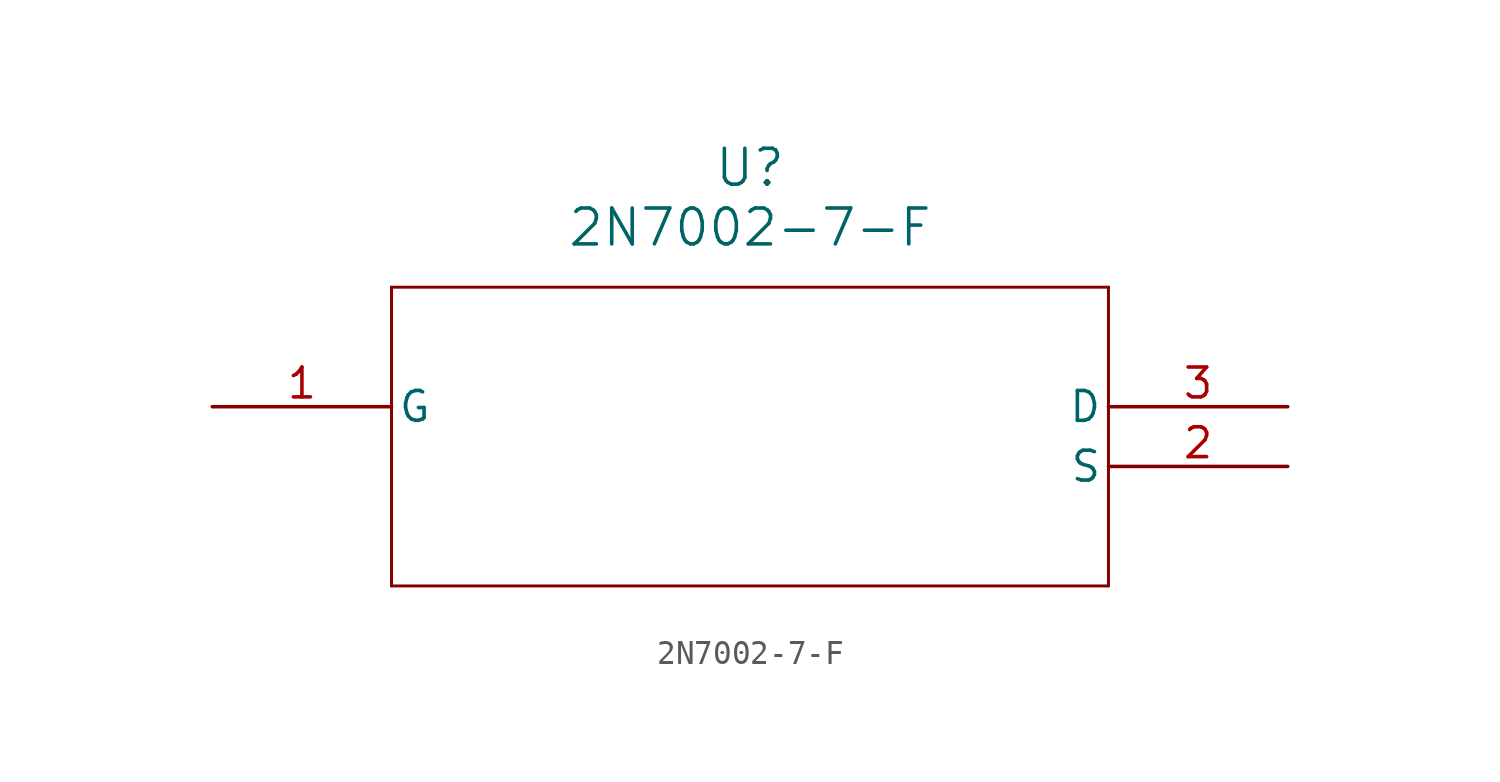
<source format=kicad_sym>
(kicad_symbol_lib
  (version 20211014)
  (generator kicad_symbol_editor)
  (symbol "2N7002-7-F"
    (pin_names
      (offset 0.254))
    (property "Reference" "U"
      (at 22.86 10.16 0)
      (effects (font (size 1.524 1.524))))
    (property "Value" "2N7002-7-F"
      (at 22.86 7.62 0)
      (effects (font (size 1.524 1.524))))
    (symbol "2N7002-7-F_0_1"
      (polyline (pts (xy 7.62 5.08) (xy 7.62 -7.62)) (stroke (width 0.127) (type default) (color 0 0 0 0)) (fill (type none)))
      (polyline (pts (xy 7.62 -7.62) (xy 38.1 -7.62)) (stroke (width 0.127) (type default) (color 0 0 0 0)) (fill (type none)))
      (polyline (pts (xy 38.1 -7.62) (xy 38.1 5.08)) (stroke (width 0.127) (type default) (color 0 0 0 0)) (fill (type none)))
      (polyline (pts (xy 38.1 5.08) (xy 7.62 5.08)) (stroke (width 0.127) (type default) (color 0 0 0 0)) (fill (type none)))
      (pin unspecified line (at 0 0 0) (length 7.62) (name "G" (effects (font (size 1.27 1.27)))) (number "1" (effects (font (size 1.27 1.27)))))
      (pin unspecified line (at 45.72 -2.54 180) (length 7.62) (name "S" (effects (font (size 1.27 1.27)))) (number "2" (effects (font (size 1.27 1.27)))))
      (pin unspecified line (at 45.72 0 180) (length 7.62) (name "D" (effects (font (size 1.27 1.27)))) (number "3" (effects (font (size 1.27 1.27))))))))
</source>
